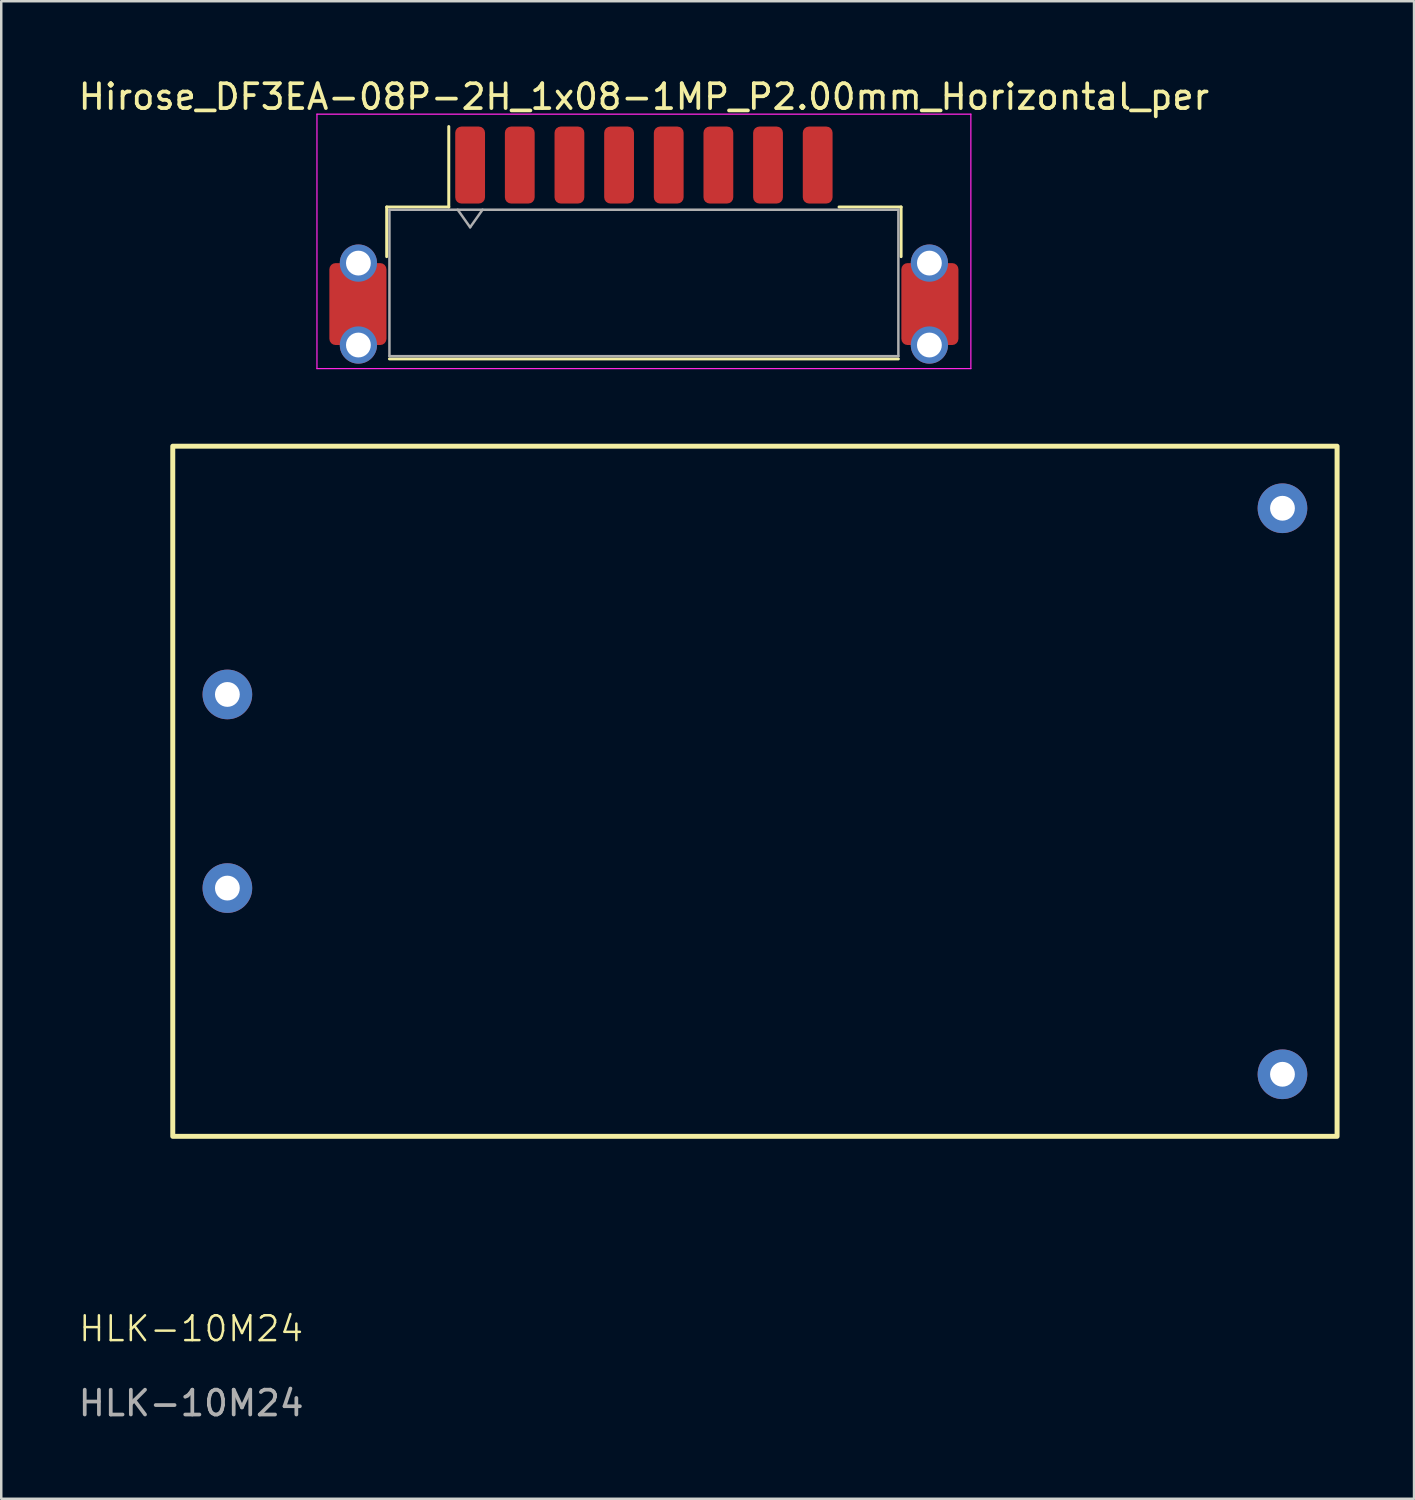
<source format=kicad_pcb>
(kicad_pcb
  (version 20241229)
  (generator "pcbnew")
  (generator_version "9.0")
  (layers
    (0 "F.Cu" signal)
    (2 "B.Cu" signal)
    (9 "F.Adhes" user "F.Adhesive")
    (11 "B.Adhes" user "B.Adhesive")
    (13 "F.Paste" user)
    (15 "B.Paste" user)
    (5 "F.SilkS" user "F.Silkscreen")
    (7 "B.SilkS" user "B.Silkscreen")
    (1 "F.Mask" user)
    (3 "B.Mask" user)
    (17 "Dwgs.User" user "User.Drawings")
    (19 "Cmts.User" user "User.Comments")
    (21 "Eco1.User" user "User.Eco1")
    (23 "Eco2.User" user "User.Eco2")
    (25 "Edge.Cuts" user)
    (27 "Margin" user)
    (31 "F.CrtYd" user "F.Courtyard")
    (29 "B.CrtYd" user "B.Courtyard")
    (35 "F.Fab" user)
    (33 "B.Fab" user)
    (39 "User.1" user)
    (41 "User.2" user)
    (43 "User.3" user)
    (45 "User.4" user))
  (footprint "HLK-10M24"
    (layer "F.Cu")
    (at 3.909 42.723)
    (property "Reference" "HLK-10M24" (at 0.74 7.75 0) (unlocked yes) (layer "F.SilkS") (effects (font (size 1 1) (thickness 0.1))))
    (attr through_hole)
    (fp_rect (start 0 -27.8) (end 46.9 0) (stroke (width 0.2) (type default)) (fill no) (layer "F.SilkS"))
    (fp_text user "${REFERENCE}" (at 0.74 10.75 0) (unlocked yes) (layer "F.Fab") (effects (font (size 1 1) (thickness 0.15))))
    (pad "1" thru_hole circle (at 2.2 -17.8) (size 2 2) (drill 1) (layers "*.Cu" "*.Mask"))
    (pad "2" thru_hole circle (at 2.2 -10) (size 2 2) (drill 1) (layers "*.Cu" "*.Mask"))
    (pad "3" thru_hole circle (at 44.7 -25.3) (size 2 2) (drill 1) (layers "*.Cu" "*.Mask"))
    (pad "4" thru_hole circle (at 44.7 -2.5) (size 2 2) (drill 1) (layers "*.Cu" "*.Mask")))
  (footprint "Hirose_DF3EA-08P-2H_1x08-1MP_P2.00mm_Horizontal_per"
    (layer "F.Cu")
    (at 22.887 6.448)
    (property "Reference" "Hirose_DF3EA-08P-2H_1x08-1MP_P2.00mm_Horizontal_per" (at 0 -5.6 0) (layer "F.SilkS") (effects (font (size 1 1) (thickness 0.15))))
    (attr smd)
    (fp_line (start -10.36 -1.16) (end -7.86 -1.16) (stroke (width 0.12) (type solid)) (layer "F.SilkS"))
    (fp_line (start -10.36 0.84) (end -10.36 -1.16) (stroke (width 0.12) (type solid)) (layer "F.SilkS"))
    (fp_line (start -10.25 4.96) (end 10.25 4.96) (stroke (width 0.12) (type solid)) (layer "F.SilkS"))
    (fp_line (start -7.86 -1.16) (end -7.86 -4.4) (stroke (width 0.12) (type solid)) (layer "F.SilkS"))
    (fp_line (start 10.36 -1.16) (end 7.86 -1.16) (stroke (width 0.12) (type solid)) (layer "F.SilkS"))
    (fp_line (start 10.36 0.84) (end 10.36 -1.16) (stroke (width 0.12) (type solid)) (layer "F.SilkS"))
    (fp_line (start -13.17 -4.9) (end -13.17 5.35) (stroke (width 0.05) (type solid)) (layer "F.CrtYd"))
    (fp_line (start -13.17 5.35) (end 13.17 5.35) (stroke (width 0.05) (type solid)) (layer "F.CrtYd"))
    (fp_line (start 13.17 -4.9) (end -13.17 -4.9) (stroke (width 0.05) (type solid)) (layer "F.CrtYd"))
    (fp_line (start 13.17 5.35) (end 13.17 -4.9) (stroke (width 0.05) (type solid)) (layer "F.CrtYd"))
    (fp_line (start -10.25 -1.05) (end -10.25 4.85) (stroke (width 0.1) (type solid)) (layer "F.Fab"))
    (fp_line (start -10.25 -1.05) (end 10.25 -1.05) (stroke (width 0.1) (type solid)) (layer "F.Fab"))
    (fp_line (start -10.25 4.85) (end 10.25 4.85) (stroke (width 0.1) (type solid)) (layer "F.Fab"))
    (fp_line (start -7.5 -1.05) (end -7 -0.343) (stroke (width 0.1) (type solid)) (layer "F.Fab"))
    (fp_line (start -7 -0.343) (end -6.5 -1.05) (stroke (width 0.1) (type solid)) (layer "F.Fab"))
    (fp_line (start 10.25 -1.05) (end 10.25 4.85) (stroke (width 0.1) (type solid)) (layer "F.Fab"))
    (pad "1" smd roundrect (at -7 -2.85) (size 1.2 3.1) (layers "F.Cu" "F.Mask" "F.Paste") (roundrect_rratio 0.208))
    (pad "2" smd roundrect (at -5 -2.85) (size 1.2 3.1) (layers "F.Cu" "F.Mask" "F.Paste") (roundrect_rratio 0.208))
    (pad "3" smd roundrect (at -3 -2.85) (size 1.2 3.1) (layers "F.Cu" "F.Mask" "F.Paste") (roundrect_rratio 0.208))
    (pad "4" smd roundrect (at -1 -2.85) (size 1.2 3.1) (layers "F.Cu" "F.Mask" "F.Paste") (roundrect_rratio 0.208))
    (pad "5" smd roundrect (at 1 -2.85) (size 1.2 3.1) (layers "F.Cu" "F.Mask" "F.Paste") (roundrect_rratio 0.208))
    (pad "6" smd roundrect (at 3 -2.85) (size 1.2 3.1) (layers "F.Cu" "F.Mask" "F.Paste") (roundrect_rratio 0.208))
    (pad "7" smd roundrect (at 5 -2.85) (size 1.2 3.1) (layers "F.Cu" "F.Mask" "F.Paste") (roundrect_rratio 0.208))
    (pad "8" smd roundrect (at 7 -2.85) (size 1.2 3.1) (layers "F.Cu" "F.Mask" "F.Paste") (roundrect_rratio 0.208))
    (pad "MP" smd roundrect (at -11.52 2.75) (size 2.3 3.3) (layers "F.Cu" "F.Mask" "F.Paste") (roundrect_rratio 0.109))
    (pad "MP" thru_hole circle (at -11.5 1.1 90) (size 1.5 1.5) (drill 1) (layers "*.Cu" "*.Mask"))
    (pad "MP" thru_hole circle (at -11.5 4.4 90) (size 1.5 1.5) (drill 1) (layers "*.Cu" "*.Mask"))
    (pad "MP" thru_hole circle (at 11.5 1.1 90) (size 1.5 1.5) (drill 1) (layers "*.Cu" "*.Mask"))
    (pad "MP" thru_hole circle (at 11.5 4.4 90) (size 1.5 1.5) (drill 1) (layers "*.Cu" "*.Mask"))
    (pad "MP" smd roundrect (at 11.52 2.75) (size 2.3 3.3) (layers "F.Cu" "F.Mask" "F.Paste") (roundrect_rratio 0.109)))
  (gr_rect
    (start -3 -3)
    (end 53.909 57.322)
    (stroke (width 0.1) (type default))
    (fill no)
    (layer "Edge.Cuts")))
</source>
